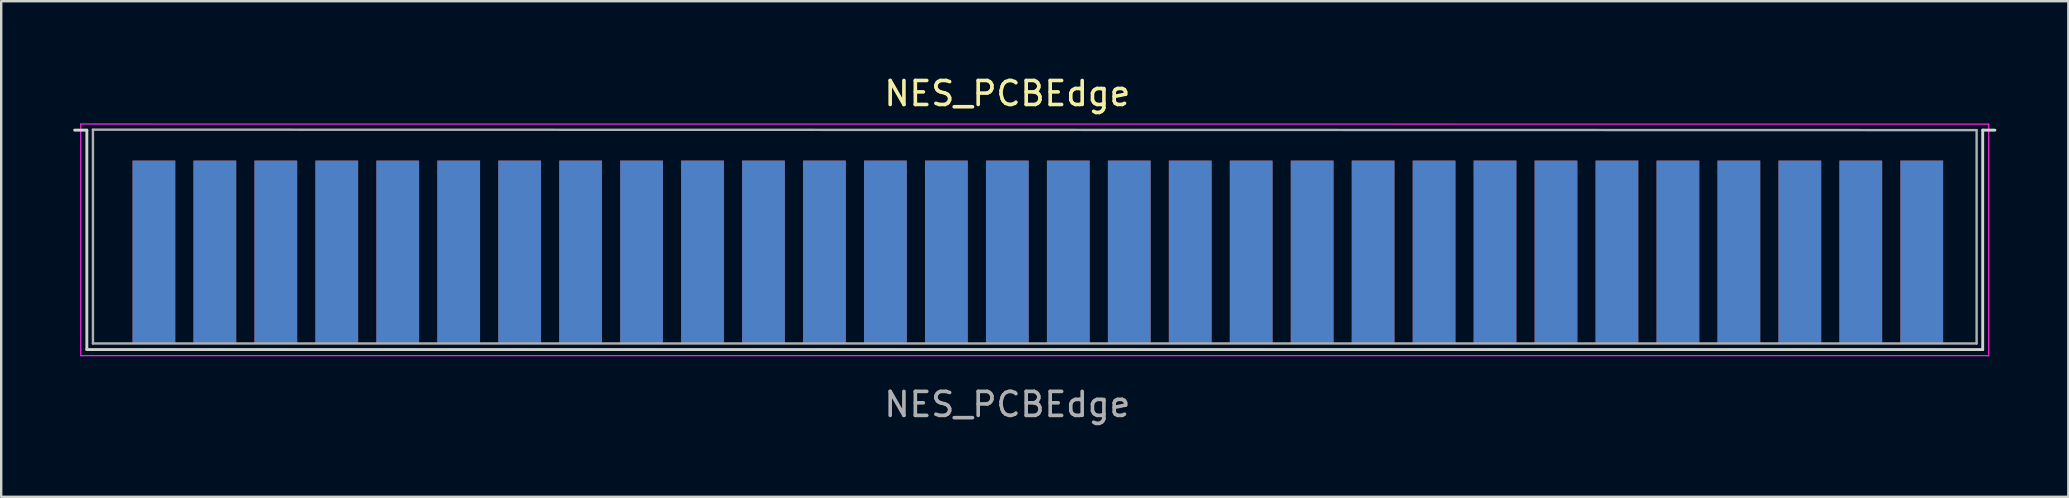
<source format=kicad_pcb>
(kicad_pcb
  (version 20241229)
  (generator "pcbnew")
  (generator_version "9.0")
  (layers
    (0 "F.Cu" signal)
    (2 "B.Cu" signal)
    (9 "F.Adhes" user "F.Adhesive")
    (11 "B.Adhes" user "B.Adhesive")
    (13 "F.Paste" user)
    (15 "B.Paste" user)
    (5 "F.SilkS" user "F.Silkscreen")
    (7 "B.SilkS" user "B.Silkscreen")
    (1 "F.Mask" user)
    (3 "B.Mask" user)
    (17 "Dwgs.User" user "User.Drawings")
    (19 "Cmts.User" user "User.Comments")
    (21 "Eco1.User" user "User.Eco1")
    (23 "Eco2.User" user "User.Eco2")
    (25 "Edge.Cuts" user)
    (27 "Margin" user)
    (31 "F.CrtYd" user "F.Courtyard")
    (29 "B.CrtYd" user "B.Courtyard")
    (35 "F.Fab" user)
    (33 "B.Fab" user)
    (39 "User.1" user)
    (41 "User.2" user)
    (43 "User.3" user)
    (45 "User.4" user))
  (footprint "NES_PCBEdge"
    (layer "F.Cu")
    (at 38.922 7.452)
    (property "Reference" "NES_PCBEdge" (at 0 -6.604 180) (layer "F.SilkS") (effects (font (size 1 1) (thickness 0.15))))
    (attr exclude_from_pos_files)
    (fp_line (start -38.862 -5.08) (end -38.354 -5.08) (stroke (width 0.12) (type solid)) (layer "Edge.Cuts"))
    (fp_line (start -38.354 -5.08) (end -38.354 4.064) (stroke (width 0.12) (type solid)) (layer "Edge.Cuts"))
    (fp_line (start 40.64 -5.08) (end 41.148 -5.08) (stroke (width 0.12) (type solid)) (layer "Edge.Cuts"))
    (fp_line (start 40.64 4.064) (end -38.354 4.064) (stroke (width 0.12) (type solid)) (layer "Edge.Cuts"))
    (fp_line (start 40.64 4.064) (end 40.64 -5.08) (stroke (width 0.12) (type solid)) (layer "Edge.Cuts"))
    (fp_line (start -38.608 -5.334) (end 40.89 -5.33) (stroke (width 0.05) (type solid)) (layer "F.CrtYd"))
    (fp_line (start -38.608 4.318) (end -38.608 -5.334) (stroke (width 0.05) (type solid)) (layer "F.CrtYd"))
    (fp_line (start 40.89 4.318) (end -38.608 4.318) (stroke (width 0.05) (type solid)) (layer "F.CrtYd"))
    (fp_line (start 40.89 4.318) (end 40.89 -5.33) (stroke (width 0.05) (type solid)) (layer "F.CrtYd"))
    (fp_line (start -38.1 -5.1) (end 40.386 -5.08) (stroke (width 0.1) (type solid)) (layer "F.Fab"))
    (fp_line (start -38.1 3.81) (end -38.1 -5.1) (stroke (width 0.1) (type solid)) (layer "F.Fab"))
    (fp_line (start 40.386 -5.08) (end 40.386 3.81) (stroke (width 0.1) (type solid)) (layer "F.Fab"))
    (fp_line (start 40.386 3.81) (end -38.1 3.81) (stroke (width 0.1) (type solid)) (layer "F.Fab"))
    (fp_text user "${REFERENCE}" (at 0 6.35 180) (layer "F.Fab") (effects (font (size 1 1) (thickness 0.15))))
    (pad "1" connect rect (at 38.1 0) (size 1.78 7.62) (layers "B.Cu" "B.Mask"))
    (pad "2" connect rect (at 38.1 0) (size 1.78 7.62) (layers "F.Cu" "F.Mask"))
    (pad "3" connect rect (at 35.56 0) (size 1.78 7.62) (layers "B.Cu" "B.Mask"))
    (pad "4" connect rect (at 35.56 0) (size 1.78 7.62) (layers "F.Cu" "F.Mask"))
    (pad "5" connect rect (at 33.02 0) (size 1.78 7.62) (layers "B.Cu" "B.Mask"))
    (pad "6" connect rect (at 33.02 0) (size 1.78 7.62) (layers "F.Cu" "F.Mask"))
    (pad "7" connect rect (at 30.48 0) (size 1.78 7.62) (layers "B.Cu" "B.Mask"))
    (pad "8" connect rect (at 30.48 0) (size 1.78 7.62) (layers "F.Cu" "F.Mask"))
    (pad "9" connect rect (at 27.94 0) (size 1.78 7.62) (layers "B.Cu" "B.Mask"))
    (pad "10" connect rect (at 27.94 0) (size 1.78 7.62) (layers "F.Cu" "F.Mask"))
    (pad "11" connect rect (at 25.4 0) (size 1.78 7.62) (layers "B.Cu" "B.Mask"))
    (pad "12" connect rect (at 25.4 0) (size 1.78 7.62) (layers "F.Cu" "F.Mask"))
    (pad "13" connect rect (at 22.86 0) (size 1.78 7.62) (layers "B.Cu" "B.Mask"))
    (pad "14" connect rect (at 22.86 0) (size 1.78 7.62) (layers "F.Cu" "F.Mask"))
    (pad "15" connect rect (at 20.32 0) (size 1.78 7.62) (layers "B.Cu" "B.Mask"))
    (pad "16" connect rect (at 20.32 0) (size 1.78 7.62) (layers "F.Cu" "F.Mask"))
    (pad "17" connect rect (at 17.78 0) (size 1.78 7.62) (layers "B.Cu" "B.Mask"))
    (pad "18" connect rect (at 17.78 0) (size 1.78 7.62) (layers "F.Cu" "F.Mask"))
    (pad "19" connect rect (at 15.24 0) (size 1.78 7.62) (layers "B.Cu" "B.Mask"))
    (pad "20" connect rect (at 15.24 0) (size 1.78 7.62) (layers "F.Cu" "F.Mask"))
    (pad "21" connect rect (at 12.7 0) (size 1.78 7.62) (layers "B.Cu" "B.Mask"))
    (pad "22" connect rect (at 12.7 0) (size 1.78 7.62) (layers "F.Cu" "F.Mask"))
    (pad "23" connect rect (at 10.16 0) (size 1.78 7.62) (layers "B.Cu" "B.Mask"))
    (pad "24" connect rect (at 10.16 0) (size 1.78 7.62) (layers "F.Cu" "F.Mask"))
    (pad "25" connect rect (at 7.62 0) (size 1.78 7.62) (layers "B.Cu" "B.Mask"))
    (pad "26" connect rect (at 7.62 0) (size 1.78 7.62) (layers "F.Cu" "F.Mask"))
    (pad "27" connect rect (at 5.08 0) (size 1.78 7.62) (layers "B.Cu" "B.Mask"))
    (pad "28" connect rect (at 5.08 0) (size 1.78 7.62) (layers "F.Cu" "F.Mask"))
    (pad "29" connect rect (at 2.54 0) (size 1.78 7.62) (layers "B.Cu" "B.Mask"))
    (pad "30" connect rect (at 2.54 0) (size 1.78 7.62) (layers "F.Cu" "F.Mask"))
    (pad "31" connect rect (at 0 0) (size 1.78 7.62) (layers "B.Cu" "B.Mask"))
    (pad "32" connect rect (at 0 0) (size 1.78 7.62) (layers "F.Cu" "F.Mask"))
    (pad "33" connect rect (at -2.54 0) (size 1.78 7.62) (layers "B.Cu" "B.Mask"))
    (pad "34" connect rect (at -2.54 0) (size 1.78 7.62) (layers "F.Cu" "F.Mask"))
    (pad "35" connect rect (at -5.08 0) (size 1.78 7.62) (layers "B.Cu" "B.Mask"))
    (pad "36" connect rect (at -5.08 0) (size 1.78 7.62) (layers "F.Cu" "F.Mask"))
    (pad "37" connect rect (at -7.62 0) (size 1.78 7.62) (layers "B.Cu" "B.Mask"))
    (pad "38" connect rect (at -7.62 0) (size 1.78 7.62) (layers "F.Cu" "F.Mask"))
    (pad "39" connect rect (at -10.16 0) (size 1.78 7.62) (layers "B.Cu" "B.Mask"))
    (pad "40" connect rect (at -10.16 0) (size 1.78 7.62) (layers "F.Cu" "F.Mask"))
    (pad "41" connect rect (at -12.7 0) (size 1.78 7.62) (layers "B.Cu" "B.Mask"))
    (pad "42" connect rect (at -12.7 0) (size 1.78 7.62) (layers "F.Cu" "F.Mask"))
    (pad "43" connect rect (at -15.24 0) (size 1.78 7.62) (layers "B.Cu" "B.Mask"))
    (pad "44" connect rect (at -15.24 0) (size 1.78 7.62) (layers "F.Cu" "F.Mask"))
    (pad "45" connect rect (at -17.78 0) (size 1.78 7.62) (layers "B.Cu" "B.Mask"))
    (pad "46" connect rect (at -17.78 0) (size 1.78 7.62) (layers "F.Cu" "F.Mask"))
    (pad "47" connect rect (at -20.32 0) (size 1.78 7.62) (layers "B.Cu" "B.Mask"))
    (pad "48" connect rect (at -20.32 0) (size 1.78 7.62) (layers "F.Cu" "F.Mask"))
    (pad "49" connect rect (at -22.86 0) (size 1.78 7.62) (layers "B.Cu" "B.Mask"))
    (pad "50" connect rect (at -22.86 0) (size 1.78 7.62) (layers "F.Cu" "F.Mask"))
    (pad "51" connect rect (at -25.4 0) (size 1.78 7.62) (layers "B.Cu" "B.Mask"))
    (pad "52" connect rect (at -25.4 0) (size 1.78 7.62) (layers "F.Cu" "F.Mask"))
    (pad "53" connect rect (at -27.94 0) (size 1.78 7.62) (layers "B.Cu" "B.Mask"))
    (pad "54" connect rect (at -27.94 0) (size 1.78 7.62) (layers "F.Cu" "F.Mask"))
    (pad "55" connect rect (at -30.48 0) (size 1.78 7.62) (layers "B.Cu" "B.Mask"))
    (pad "56" connect rect (at -30.48 0) (size 1.78 7.62) (layers "F.Cu" "F.Mask"))
    (pad "57" connect rect (at -33.02 0) (size 1.78 7.62) (layers "B.Cu" "B.Mask"))
    (pad "58" connect rect (at -33.02 0) (size 1.78 7.62) (layers "F.Cu" "F.Mask"))
    (pad "59" connect rect (at -35.56 0) (size 1.78 7.62) (layers "B.Cu" "B.Mask"))
    (pad "60" connect rect (at -35.56 0) (size 1.78 7.62) (layers "F.Cu" "F.Mask")))
  (gr_rect
    (start -3 -3)
    (end 83.13 17.651)
    (stroke (width 0.1) (type default))
    (fill no)
    (layer "Edge.Cuts")))
</source>
